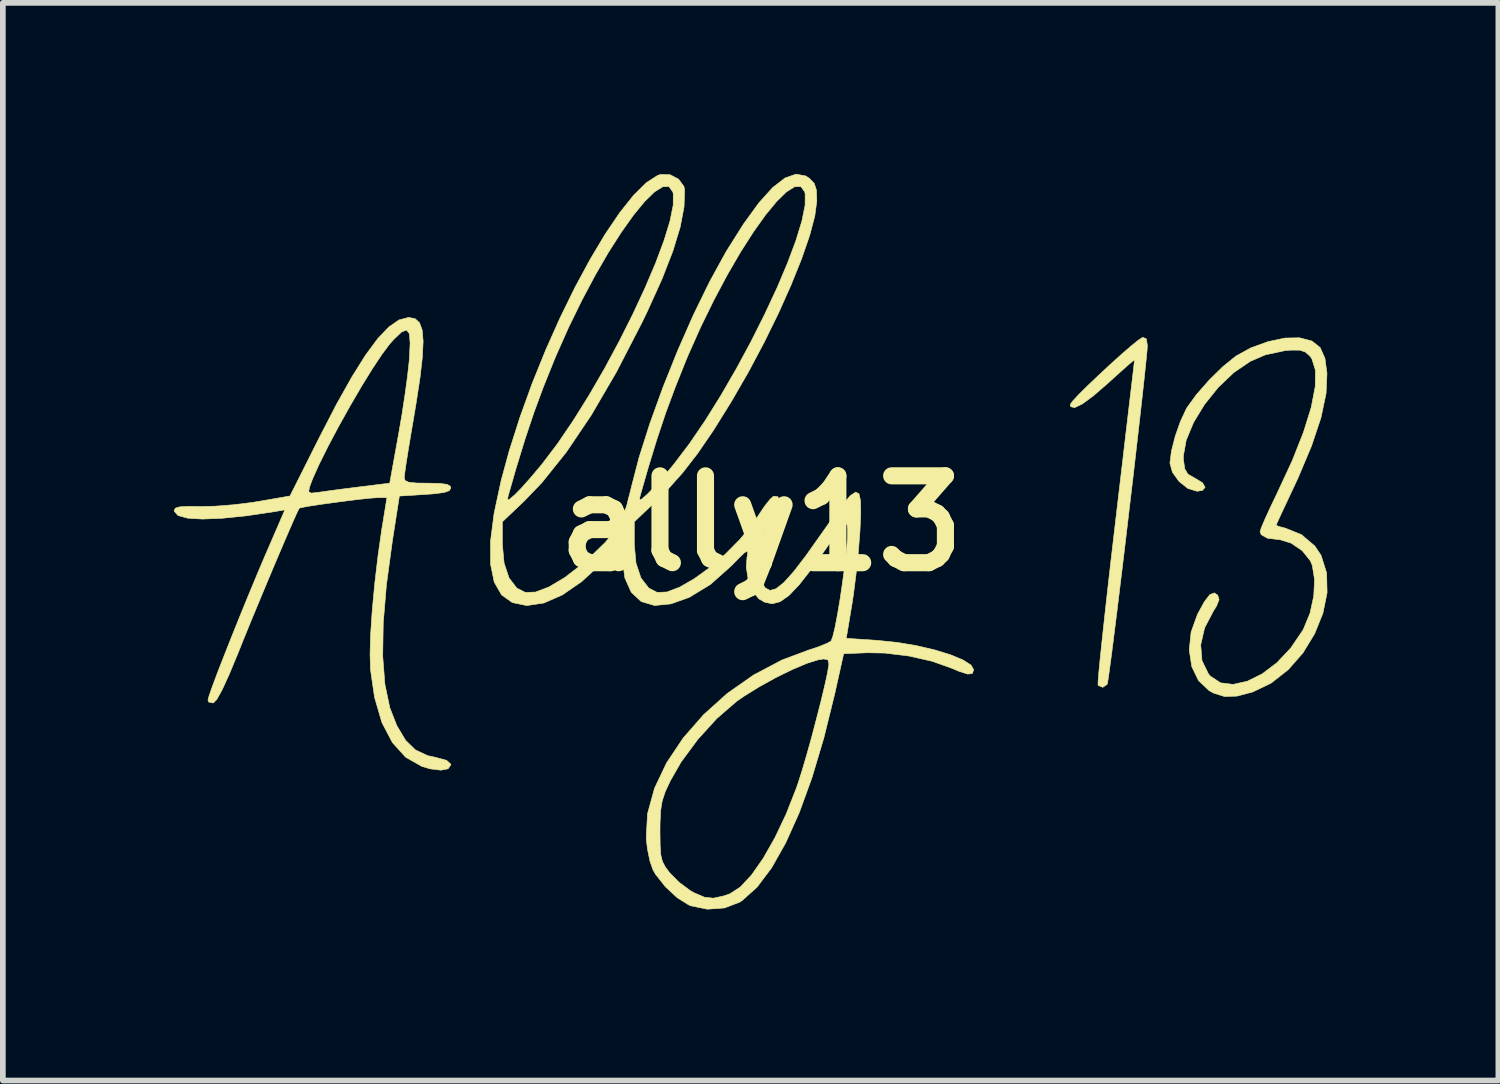
<source format=kicad_pcb>
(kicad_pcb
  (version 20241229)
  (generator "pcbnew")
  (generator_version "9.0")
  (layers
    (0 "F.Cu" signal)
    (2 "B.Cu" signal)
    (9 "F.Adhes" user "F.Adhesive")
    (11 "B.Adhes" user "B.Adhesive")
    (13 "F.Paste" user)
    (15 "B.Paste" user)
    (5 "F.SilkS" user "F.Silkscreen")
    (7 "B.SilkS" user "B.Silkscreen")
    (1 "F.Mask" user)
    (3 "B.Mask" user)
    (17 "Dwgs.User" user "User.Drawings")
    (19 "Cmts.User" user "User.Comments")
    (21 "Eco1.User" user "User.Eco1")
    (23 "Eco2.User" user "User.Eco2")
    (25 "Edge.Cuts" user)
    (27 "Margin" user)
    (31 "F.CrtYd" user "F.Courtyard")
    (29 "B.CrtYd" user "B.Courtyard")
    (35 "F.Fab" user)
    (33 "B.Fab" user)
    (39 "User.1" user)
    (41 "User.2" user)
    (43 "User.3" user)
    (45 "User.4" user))
  (footprint "ally13"
    (layer "F.Cu")
    (at 10.306 6.132)
    (property "Reference" "ally13" (at 0 0 0) (layer "F.SilkS") (effects (font (size 1.524 1.524) (thickness 0.3))))
    (attr through_hole)
    (fp_poly (pts (xy 6.754 -3.238) (xy 6.772 -3.123) (xy 6.766 -3.024) (xy 6.747 -2.831) (xy 6.718 -2.555) (xy 6.68 -2.209) (xy 6.635 -1.806) (xy 6.584 -1.359) (xy 6.529 -0.881) (xy 6.47 -0.384) (xy 6.411 0.118) (xy 6.352 0.614) (xy 6.294 1.09) (xy 6.24 1.533) (xy 6.19 1.932) (xy 6.147 2.272) (xy 6.111 2.541) (xy 6.085 2.727) (xy 6.07 2.816) (xy 6.068 2.822) (xy 5.989 2.876) (xy 5.911 2.842) (xy 5.907 2.836) (xy 5.908 2.773) (xy 5.921 2.608) (xy 5.946 2.354) (xy 5.981 2.019) (xy 6.025 1.616) (xy 6.076 1.155) (xy 6.134 0.646) (xy 6.198 0.101) (xy 6.213 -0.029) (xy 6.278 -0.58) (xy 6.339 -1.097) (xy 6.394 -1.568) (xy 6.443 -1.982) (xy 6.484 -2.33) (xy 6.516 -2.6) (xy 6.537 -2.782) (xy 6.546 -2.865) (xy 6.547 -2.869) (xy 6.508 -2.841) (xy 6.404 -2.751) (xy 6.249 -2.613) (xy 6.082 -2.461) (xy 5.828 -2.241) (xy 5.631 -2.096) (xy 5.496 -2.031) (xy 5.427 -2.048) (xy 5.419 -2.084) (xy 5.458 -2.142) (xy 5.565 -2.257) (xy 5.722 -2.413) (xy 5.91 -2.592) (xy 6.111 -2.779) (xy 6.307 -2.956) (xy 6.481 -3.107) (xy 6.614 -3.215) (xy 6.689 -3.263) (xy 6.691 -3.264) (xy 6.754 -3.238)) (stroke (width 0.01) (type solid)) (fill yes) (layer "F.SilkS"))
    (fp_poly (pts (xy 9.443 -3.256) (xy 9.659 -3.199) (xy 9.803 -3.085) (xy 9.887 -2.897) (xy 9.923 -2.634) (xy 9.907 -2.279) (xy 9.818 -1.856) (xy 9.653 -1.361) (xy 9.412 -0.789) (xy 9.336 -0.627) (xy 9.221 -0.382) (xy 9.125 -0.178) (xy 9.059 -0.034) (xy 9.031 0.031) (xy 9.031 0.032) (xy 9.079 0.054) (xy 9.189 0.082) (xy 9.476 0.198) (xy 9.71 0.397) (xy 9.819 0.56) (xy 9.917 0.87) (xy 9.925 1.215) (xy 9.852 1.575) (xy 9.708 1.933) (xy 9.503 2.27) (xy 9.244 2.566) (xy 8.943 2.802) (xy 8.62 2.957) (xy 8.344 3.03) (xy 8.126 3.037) (xy 7.932 2.976) (xy 7.856 2.934) (xy 7.669 2.757) (xy 7.551 2.511) (xy 7.507 2.22) (xy 7.54 1.905) (xy 7.651 1.596) (xy 7.773 1.373) (xy 7.868 1.25) (xy 7.947 1.219) (xy 8.006 1.259) (xy 8.03 1.337) (xy 7.984 1.453) (xy 7.934 1.531) (xy 7.776 1.833) (xy 7.708 2.131) (xy 7.73 2.406) (xy 7.843 2.639) (xy 7.878 2.68) (xy 8.056 2.797) (xy 8.277 2.824) (xy 8.525 2.769) (xy 8.786 2.64) (xy 9.044 2.445) (xy 9.285 2.19) (xy 9.494 1.883) (xy 9.514 1.846) (xy 9.626 1.574) (xy 9.691 1.275) (xy 9.705 0.985) (xy 9.666 0.739) (xy 9.631 0.655) (xy 9.489 0.479) (xy 9.294 0.346) (xy 9.091 0.284) (xy 9.059 0.282) (xy 8.879 0.26) (xy 8.77 0.199) (xy 8.749 0.146) (xy 8.773 0.072) (xy 8.838 -0.081) (xy 8.934 -0.29) (xy 9.051 -0.534) (xy 9.053 -0.539) (xy 9.314 -1.101) (xy 9.512 -1.602) (xy 9.647 -2.037) (xy 9.717 -2.4) (xy 9.721 -2.686) (xy 9.658 -2.889) (xy 9.624 -2.935) (xy 9.543 -3.007) (xy 9.447 -3.039) (xy 9.295 -3.04) (xy 9.19 -3.032) (xy 8.841 -2.957) (xy 8.579 -2.844) (xy 8.288 -2.646) (xy 8.015 -2.386) (xy 7.775 -2.087) (xy 7.583 -1.772) (xy 7.454 -1.462) (xy 7.403 -1.181) (xy 7.405 -1.119) (xy 7.428 -0.957) (xy 7.483 -0.864) (xy 7.599 -0.797) (xy 7.606 -0.794) (xy 7.74 -0.712) (xy 7.785 -0.633) (xy 7.738 -0.579) (xy 7.644 -0.564) (xy 7.482 -0.613) (xy 7.327 -0.737) (xy 7.211 -0.899) (xy 7.168 -1.058) (xy 7.194 -1.265) (xy 7.259 -1.523) (xy 7.351 -1.786) (xy 7.454 -2.007) (xy 7.468 -2.032) (xy 7.634 -2.261) (xy 7.856 -2.514) (xy 8.098 -2.751) (xy 8.324 -2.934) (xy 8.329 -2.937) (xy 8.589 -3.08) (xy 8.889 -3.189) (xy 9.188 -3.252) (xy 9.441 -3.256) (xy 9.443 -3.256)) (stroke (width 0.01) (type solid)) (fill yes) (layer "F.SilkS"))
    (fp_poly (pts (xy -6.074 -3.591) (xy -5.997 -3.521) (xy -5.95 -3.392) (xy -5.933 -3.195) (xy -5.946 -2.921) (xy -5.987 -2.56) (xy -6.057 -2.104) (xy -6.096 -1.871) (xy -6.151 -1.547) (xy -6.199 -1.257) (xy -6.236 -1.022) (xy -6.259 -0.861) (xy -6.265 -0.799) (xy -6.248 -0.75) (xy -6.182 -0.721) (xy -6.043 -0.708) (xy -5.856 -0.706) (xy -5.637 -0.701) (xy -5.51 -0.684) (xy -5.455 -0.651) (xy -5.447 -0.621) (xy -5.473 -0.575) (xy -5.562 -0.543) (xy -5.734 -0.52) (xy -5.898 -0.508) (xy -6.35 -0.48) (xy -6.473 0.31) (xy -6.577 1.078) (xy -6.633 1.749) (xy -6.642 2.329) (xy -6.604 2.821) (xy -6.518 3.233) (xy -6.395 3.547) (xy -6.24 3.806) (xy -6.068 3.974) (xy -5.854 4.074) (xy -5.701 4.108) (xy -5.522 4.157) (xy -5.448 4.223) (xy -5.447 4.235) (xy -5.495 4.305) (xy -5.623 4.329) (xy -5.809 4.306) (xy -5.955 4.263) (xy -6.238 4.103) (xy -6.472 3.845) (xy -6.656 3.494) (xy -6.785 3.053) (xy -6.856 2.568) (xy -6.864 2.301) (xy -6.854 1.947) (xy -6.826 1.527) (xy -6.783 1.066) (xy -6.727 0.587) (xy -6.66 0.112) (xy -6.639 -0.014) (xy -6.568 -0.452) (xy -6.741 -0.451) (xy -6.855 -0.443) (xy -7.04 -0.424) (xy -7.267 -0.396) (xy -7.51 -0.364) (xy -7.742 -0.332) (xy -7.937 -0.302) (xy -8.067 -0.278) (xy -8.106 -0.267) (xy -8.137 -0.206) (xy -8.204 -0.058) (xy -8.3 0.162) (xy -8.418 0.437) (xy -8.552 0.752) (xy -8.693 1.089) (xy -8.836 1.432) (xy -8.974 1.765) (xy -9.099 2.072) (xy -9.173 2.258) (xy -9.332 2.642) (xy -9.459 2.919) (xy -9.553 3.089) (xy -9.615 3.151) (xy -9.694 3.134) (xy -9.708 3.102) (xy -9.688 3.024) (xy -9.63 2.859) (xy -9.541 2.621) (xy -9.427 2.328) (xy -9.295 1.994) (xy -9.151 1.636) (xy -9.002 1.271) (xy -8.853 0.913) (xy -8.712 0.579) (xy -8.672 0.488) (xy -8.358 -0.238) (xy -8.539 -0.207) (xy -9.034 -0.133) (xy -9.458 -0.09) (xy -9.804 -0.076) (xy -10.065 -0.092) (xy -10.233 -0.138) (xy -10.3 -0.214) (xy -10.301 -0.227) (xy -10.279 -0.268) (xy -10.199 -0.291) (xy -10.042 -0.299) (xy -9.85 -0.296) (xy -9.583 -0.302) (xy -9.261 -0.327) (xy -8.941 -0.366) (xy -8.834 -0.383) (xy -8.269 -0.481) (xy -8.231 -0.556) (xy -7.941 -0.556) (xy -7.897 -0.531) (xy -7.778 -0.544) (xy -7.639 -0.564) (xy -7.425 -0.593) (xy -7.173 -0.625) (xy -7.056 -0.64) (xy -6.519 -0.706) (xy -6.366 -1.552) (xy -6.306 -1.899) (xy -6.252 -2.254) (xy -6.207 -2.581) (xy -6.178 -2.844) (xy -6.174 -2.893) (xy -6.161 -3.164) (xy -6.175 -3.329) (xy -6.224 -3.392) (xy -6.312 -3.357) (xy -6.447 -3.229) (xy -6.52 -3.147) (xy -6.654 -2.969) (xy -6.824 -2.713) (xy -7.016 -2.401) (xy -7.218 -2.055) (xy -7.417 -1.698) (xy -7.601 -1.351) (xy -7.757 -1.038) (xy -7.873 -0.78) (xy -7.926 -0.638) (xy -7.941 -0.556) (xy -8.231 -0.556) (xy -7.757 -1.5) (xy -7.455 -2.085) (xy -7.185 -2.566) (xy -6.944 -2.951) (xy -6.728 -3.243) (xy -6.533 -3.447) (xy -6.357 -3.569) (xy -6.194 -3.612) (xy -6.182 -3.612) (xy -6.074 -3.591)) (stroke (width 0.01) (type solid)) (fill yes) (layer "F.SilkS"))
    (fp_poly (pts (xy 0.779 -6.095) (xy 0.846 -6.051) (xy 0.928 -5.964) (xy 0.966 -5.849) (xy 0.973 -5.666) (xy 0.973 -5.655) (xy 0.938 -5.392) (xy 0.847 -5.049) (xy 0.706 -4.641) (xy 0.522 -4.184) (xy 0.302 -3.691) (xy 0.05 -3.177) (xy -0.226 -2.657) (xy -0.521 -2.146) (xy -0.538 -2.118) (xy -0.84 -1.633) (xy -1.115 -1.231) (xy -1.379 -0.89) (xy -1.647 -0.59) (xy -1.844 -0.394) (xy -2.229 -0.028) (xy -2.229 0.367) (xy -2.199 0.696) (xy -2.112 0.957) (xy -1.974 1.135) (xy -1.826 1.211) (xy -1.656 1.203) (xy -1.434 1.119) (xy -1.177 0.971) (xy -0.904 0.774) (xy -0.631 0.539) (xy -0.376 0.281) (xy -0.155 0.012) (xy -0.056 -0.133) (xy 0.056 -0.3) (xy 0.154 -0.424) (xy 0.214 -0.478) (xy 0.29 -0.468) (xy 0.322 -0.39) (xy 0.301 -0.285) (xy 0.27 -0.238) (xy 0.15 -0.044) (xy 0.054 0.21) (xy -0.011 0.489) (xy -0.037 0.755) (xy -0.015 0.971) (xy 0.000323 1.017) (xy 0.068 1.131) (xy 0.152 1.176) (xy 0.259 1.146) (xy 0.396 1.037) (xy 0.57 0.843) (xy 0.787 0.56) (xy 1.004 0.253) (xy 1.244 -0.087) (xy 1.428 -0.334) (xy 1.563 -0.488) (xy 1.656 -0.549) (xy 1.713 -0.519) (xy 1.74 -0.398) (xy 1.744 -0.186) (xy 1.731 0.114) (xy 1.728 0.164) (xy 1.701 0.509) (xy 1.661 0.892) (xy 1.615 1.254) (xy 1.59 1.417) (xy 1.49 2.016) (xy 2.029 2.052) (xy 2.377 2.087) (xy 2.72 2.144) (xy 3.04 2.219) (xy 3.318 2.304) (xy 3.537 2.395) (xy 3.679 2.486) (xy 3.725 2.566) (xy 3.701 2.634) (xy 3.62 2.643) (xy 3.465 2.594) (xy 3.349 2.544) (xy 2.999 2.419) (xy 2.588 2.326) (xy 2.168 2.275) (xy 1.864 2.269) (xy 1.444 2.286) (xy 1.287 2.992) (xy 1.097 3.762) (xy 0.889 4.459) (xy 0.665 5.075) (xy 0.427 5.605) (xy 0.18 6.043) (xy -0.075 6.381) (xy -0.334 6.614) (xy -0.381 6.645) (xy -0.646 6.746) (xy -0.946 6.768) (xy -1.235 6.709) (xy -1.272 6.694) (xy -1.475 6.567) (xy -1.682 6.375) (xy -1.854 6.158) (xy -1.901 6.076) (xy -1.954 5.925) (xy -1.998 5.712) (xy -2.019 5.525) (xy -2.013 5.399) (xy -1.778 5.399) (xy -1.775 5.648) (xy -1.764 5.815) (xy -1.735 5.932) (xy -1.682 6.031) (xy -1.605 6.133) (xy -1.442 6.297) (xy -1.244 6.444) (xy -1.182 6.479) (xy -1 6.557) (xy -0.842 6.575) (xy -0.659 6.535) (xy -0.548 6.496) (xy -0.368 6.379) (xy -0.171 6.167) (xy 0.034 5.874) (xy 0.239 5.513) (xy 0.435 5.1) (xy 0.613 4.648) (xy 0.647 4.55) (xy 0.716 4.333) (xy 0.796 4.06) (xy 0.882 3.753) (xy 0.966 3.433) (xy 1.045 3.125) (xy 1.111 2.85) (xy 1.159 2.631) (xy 1.183 2.49) (xy 1.185 2.463) (xy 1.168 2.393) (xy 1.095 2.378) (xy 1.002 2.392) (xy 0.805 2.453) (xy 0.546 2.562) (xy 0.254 2.705) (xy -0.04 2.868) (xy -0.308 3.034) (xy -0.434 3.122) (xy -0.78 3.421) (xy -1.115 3.789) (xy -1.407 4.185) (xy -1.597 4.516) (xy -1.686 4.707) (xy -1.739 4.868) (xy -1.767 5.038) (xy -1.777 5.26) (xy -1.778 5.399) (xy -2.013 5.399) (xy -1.996 5.092) (xy -1.874 4.647) (xy -1.662 4.201) (xy -1.372 3.767) (xy -1.014 3.357) (xy -0.599 2.984) (xy -0.137 2.66) (xy 0.361 2.397) (xy 0.818 2.226) (xy 1.008 2.163) (xy 1.157 2.102) (xy 1.223 2.064) (xy 1.253 1.988) (xy 1.293 1.823) (xy 1.337 1.592) (xy 1.383 1.318) (xy 1.426 1.024) (xy 1.465 0.734) (xy 1.495 0.469) (xy 1.512 0.254) (xy 1.514 0.112) (xy 1.514 0.103) (xy 1.504 0.026) (xy 1.484 -0.006) (xy 1.444 0.016) (xy 1.372 0.103) (xy 1.256 0.265) (xy 1.129 0.45) (xy 0.872 0.811) (xy 0.66 1.081) (xy 0.483 1.266) (xy 0.33 1.373) (xy 0.192 1.41) (xy 0.061 1.383) (xy -0.042 1.324) (xy -0.151 1.192) (xy -0.229 0.992) (xy -0.264 0.769) (xy -0.252 0.602) (xy -0.238 0.517) (xy -0.248 0.486) (xy -0.298 0.516) (xy -0.401 0.616) (xy -0.523 0.741) (xy -0.893 1.071) (xy -1.264 1.297) (xy -1.586 1.412) (xy -1.873 1.44) (xy -2.107 1.371) (xy -2.282 1.208) (xy -2.394 0.957) (xy -2.44 0.62) (xy -2.44 0.609) (xy -2.447 0.327) (xy -2.797 0.694) (xy -3.149 1.019) (xy -3.491 1.255) (xy -3.816 1.397) (xy -4.115 1.441) (xy -4.368 1.389) (xy -4.558 1.253) (xy -4.686 1.029) (xy -4.75 0.717) (xy -4.751 0.315) (xy -4.688 -0.177) (xy -4.637 -0.415) (xy -4.453 -0.415) (xy -4.421 -0.42) (xy -4.326 -0.501) (xy -4.319 -0.508) (xy -4.212 -0.617) (xy -4.062 -0.785) (xy -3.897 -0.98) (xy -3.844 -1.044) (xy -3.574 -1.4) (xy -3.299 -1.805) (xy -3.023 -2.247) (xy -2.752 -2.714) (xy -2.495 -3.192) (xy -2.255 -3.669) (xy -2.04 -4.131) (xy -1.855 -4.566) (xy -1.707 -4.962) (xy -1.602 -5.305) (xy -1.546 -5.583) (xy -1.545 -5.783) (xy -1.553 -5.816) (xy -1.621 -5.909) (xy -1.729 -5.906) (xy -1.872 -5.817) (xy -2.045 -5.649) (xy -2.241 -5.411) (xy -2.455 -5.11) (xy -2.682 -4.755) (xy -2.915 -4.353) (xy -3.149 -3.913) (xy -3.379 -3.443) (xy -3.598 -2.951) (xy -3.64 -2.85) (xy -3.826 -2.387) (xy -3.991 -1.94) (xy -4.146 -1.476) (xy -4.304 -0.962) (xy -4.442 -0.48) (xy -4.453 -0.415) (xy -4.637 -0.415) (xy -4.562 -0.761) (xy -4.424 -1.268) (xy -4.235 -1.861) (xy -4.02 -2.456) (xy -3.783 -3.041) (xy -3.531 -3.606) (xy -3.269 -4.14) (xy -3.003 -4.632) (xy -2.74 -5.073) (xy -2.484 -5.451) (xy -2.241 -5.756) (xy -2.018 -5.977) (xy -1.82 -6.104) (xy -1.765 -6.122) (xy -1.601 -6.117) (xy -1.452 -6.039) (xy -1.359 -5.913) (xy -1.346 -5.855) (xy -1.356 -5.552) (xy -1.424 -5.196) (xy -1.552 -4.777) (xy -1.742 -4.288) (xy -1.999 -3.721) (xy -2.092 -3.528) (xy -2.541 -2.658) (xy -2.983 -1.9) (xy -3.419 -1.253) (xy -3.849 -0.716) (xy -4.158 -0.394) (xy -4.543 -0.028) (xy -4.543 0.367) (xy -4.513 0.696) (xy -4.426 0.957) (xy -4.289 1.135) (xy -4.14 1.211) (xy -3.96 1.204) (xy -3.726 1.115) (xy -3.452 0.952) (xy -3.151 0.721) (xy -2.978 0.567) (xy -2.738 0.333) (xy -2.569 0.132) (xy -2.451 -0.07) (xy -2.363 -0.306) (xy -2.336 -0.415) (xy -2.139 -0.415) (xy -2.106 -0.42) (xy -2.012 -0.501) (xy -2.004 -0.508) (xy -1.897 -0.617) (xy -1.748 -0.785) (xy -1.582 -0.98) (xy -1.53 -1.044) (xy -1.26 -1.4) (xy -0.984 -1.805) (xy -0.708 -2.247) (xy -0.438 -2.714) (xy -0.18 -3.192) (xy 0.059 -3.669) (xy 0.275 -4.131) (xy 0.459 -4.566) (xy 0.607 -4.962) (xy 0.712 -5.305) (xy 0.768 -5.583) (xy 0.769 -5.783) (xy 0.761 -5.816) (xy 0.694 -5.909) (xy 0.585 -5.906) (xy 0.442 -5.817) (xy 0.27 -5.649) (xy 0.073 -5.411) (xy -0.141 -5.11) (xy -0.368 -4.755) (xy -0.601 -4.353) (xy -0.835 -3.913) (xy -1.065 -3.443) (xy -1.284 -2.951) (xy -1.326 -2.85) (xy -1.511 -2.387) (xy -1.677 -1.94) (xy -1.832 -1.476) (xy -1.989 -0.962) (xy -2.127 -0.48) (xy -2.139 -0.415) (xy -2.336 -0.415) (xy -2.286 -0.61) (xy -2.284 -0.621) (xy -2.146 -1.153) (xy -1.956 -1.751) (xy -1.726 -2.386) (xy -1.467 -3.032) (xy -1.191 -3.659) (xy -0.907 -4.24) (xy -0.629 -4.747) (xy -0.617 -4.768) (xy -0.315 -5.248) (xy -0.043 -5.623) (xy 0.2 -5.893) (xy 0.417 -6.06) (xy 0.609 -6.127) (xy 0.779 -6.095)) (stroke (width 0.01) (type solid)) (fill yes) (layer "F.SilkS")))
  (gr_rect
    (start -3 -3)
    (end 23.236 15.906)
    (stroke (width 0.1) (type default))
    (fill no)
    (layer "Edge.Cuts")))
</source>
